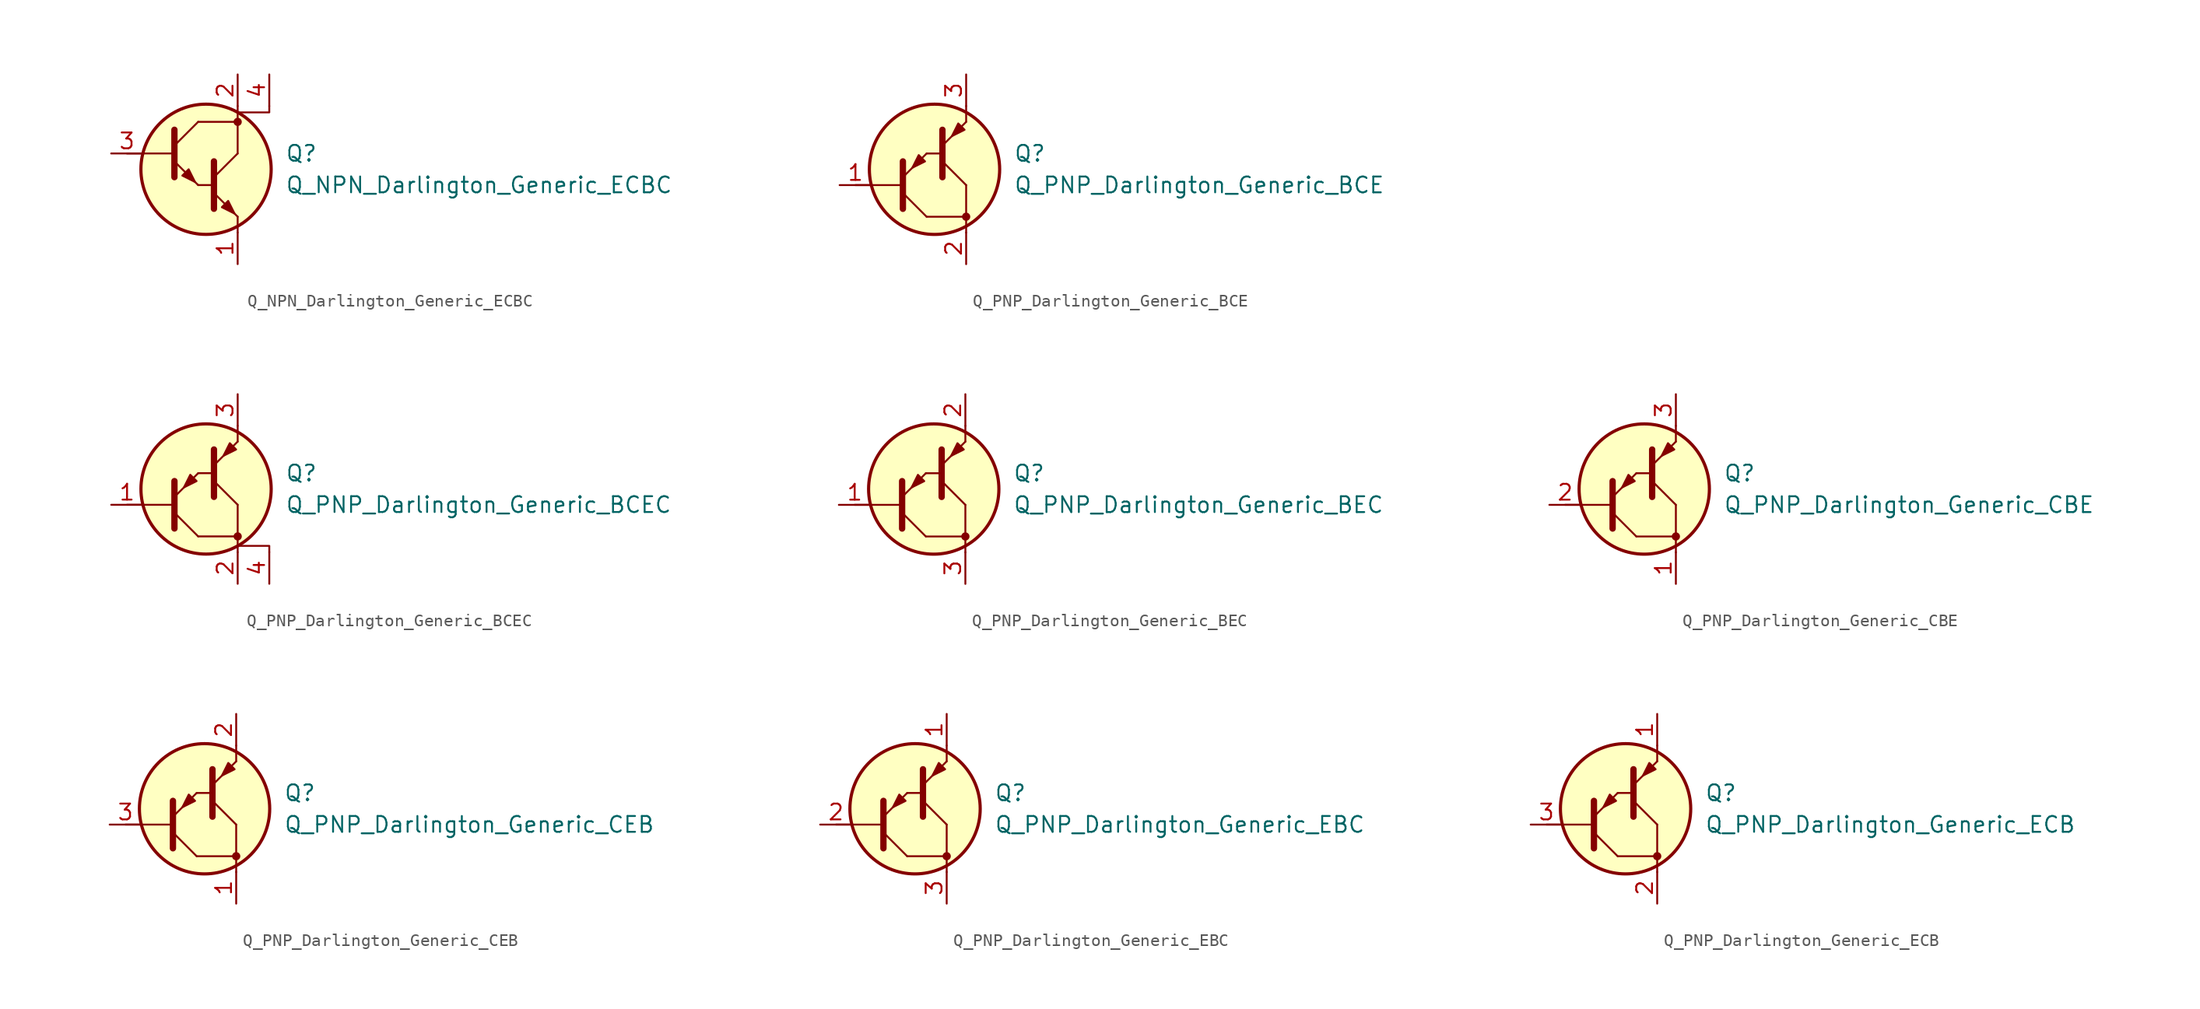
<source format=kicad_sym>
(kicad_symbol_lib
  (version 20220914)
  (generator kicad_symbol_editor)
  (symbol "Q_NPN_Darlington_Generic_ECBC"
    (pin_names hide)
    (property "Reference" "Q"
      (at 6.35 1.27 0)
      (effects (font (size 1.27 1.27)) (justify left)))
    (property "Value" "Q_NPN_Darlington_Generic_ECBC"
      (at 6.35 -1.27 0)
      (effects (font (size 1.27 1.27)) (justify left)))
    (symbol "Q_NPN_Darlington_Generic_ECBC_0_1"
      (polyline (pts (xy -6.35 1.27) (xy -2.54 1.27)) (stroke (width 0) (type default)) (fill (type none)))
      (polyline (pts (xy -0.635 -1.27) (xy 0.635 -1.27)) (stroke (width 0) (type default)) (fill (type none)))
      (polyline (pts (xy 0.635 -0.635) (xy 2.54 1.27)) (stroke (width 0) (type default)) (fill (type none)))
      (polyline (pts (xy 2.54 -5.08) (xy 2.54 -3.81)) (stroke (width 0) (type default)) (fill (type none)))
      (polyline (pts (xy 2.54 3.81) (xy 2.54 5.08)) (stroke (width 0) (type default)) (fill (type none)))
      (polyline (pts (xy -0.635 3.81) (xy 2.54 3.81) (xy 2.54 1.27)) (stroke (width 0) (type default)) (fill (type none)))
      (polyline (pts (xy 0.635 -1.905) (xy 2.54 -3.81) (xy 2.54 -3.81)) (stroke (width 0) (type default)) (fill (type none)))
      (polyline (pts (xy 0.635 0.635) (xy 0.635 -3.175) (xy 0.635 -3.175)) (stroke (width 0.508) (type default)) (fill (type none)))
      (polyline (pts (xy 2.54 4.572) (xy 5.08 4.572) (xy 5.08 5.08)) (stroke (width 0) (type default)) (fill (type none)))
      (polyline (pts (xy 1.27 -3.048) (xy 1.778 -2.54) (xy 2.286 -3.556) (xy 1.27 -3.048) (xy 1.27 -3.048)) (stroke (width 0) (type default)) (fill (type outline)))
      (circle (center 0 0) (radius 5.232) (stroke (width 0.254) (type default)) (fill (type background)))
      (circle (center 2.54 3.81) (radius 0.254) (stroke (width 0) (type default)) (fill (type outline))))
    (symbol "Q_NPN_Darlington_Generic_ECBC_1_1"
      (polyline (pts (xy -2.54 1.905) (xy -0.635 3.81)) (stroke (width 0) (type default)) (fill (type none)))
      (polyline (pts (xy -2.54 0.635) (xy -0.635 -1.27) (xy -0.635 -1.27)) (stroke (width 0) (type default)) (fill (type none)))
      (polyline (pts (xy -2.54 3.175) (xy -2.54 -0.635) (xy -2.54 -0.635)) (stroke (width 0.508) (type default)) (fill (type none)))
      (polyline (pts (xy -1.905 -0.508) (xy -1.397 0) (xy -0.889 -1.016) (xy -1.905 -0.508) (xy -1.905 -0.508)) (stroke (width 0) (type default)) (fill (type outline)))
      (pin passive line (at 2.54 -7.62 90) (length 2.54) (name "E" (effects (font (size 1.27 1.27)))) (number "1" (effects (font (size 1.27 1.27)))))
      (pin passive line (at 2.54 7.62 270) (length 2.54) (name "C" (effects (font (size 1.27 1.27)))) (number "2" (effects (font (size 1.27 1.27)))))
      (pin input line (at -7.62 1.27 0) (length 2.54) (name "B" (effects (font (size 1.27 1.27)))) (number "3" (effects (font (size 1.27 1.27)))))
      (pin passive line (at 5.08 7.62 270) (length 2.54) (name "C" (effects (font (size 1.27 1.27)))) (number "4" (effects (font (size 1.27 1.27)))))))
  (symbol "Q_PNP_Darlington_Generic_BCE"
    (pin_names hide)
    (property "Reference" "Q"
      (at 6.35 1.27 0)
      (effects (font (size 1.27 1.27)) (justify left)))
    (property "Value" "Q_PNP_Darlington_Generic_BCE"
      (at 6.35 -1.27 0)
      (effects (font (size 1.27 1.27)) (justify left)))
    (symbol "Q_PNP_Darlington_Generic_BCE_0_1"
      (polyline (pts (xy -6.35 -1.27) (xy -2.54 -1.27)) (stroke (width 0) (type default)) (fill (type none)))
      (polyline (pts (xy -0.635 1.27) (xy 0.635 1.27)) (stroke (width 0) (type default)) (fill (type none)))
      (polyline (pts (xy 0.635 0.635) (xy 2.54 -1.27)) (stroke (width 0) (type default)) (fill (type none)))
      (polyline (pts (xy 2.54 -3.81) (xy 2.54 -5.08)) (stroke (width 0) (type default)) (fill (type none)))
      (polyline (pts (xy 2.54 5.08) (xy 2.54 3.81)) (stroke (width 0) (type default)) (fill (type none)))
      (polyline (pts (xy -0.635 -3.81) (xy 2.54 -3.81) (xy 2.54 -1.27)) (stroke (width 0) (type default)) (fill (type none)))
      (polyline (pts (xy 0.635 -0.635) (xy 0.635 3.175) (xy 0.635 3.175)) (stroke (width 0.508) (type default)) (fill (type none)))
      (polyline (pts (xy 0.635 1.905) (xy 2.54 3.81) (xy 2.54 3.81)) (stroke (width 0) (type default)) (fill (type none)))
      (circle (center 0 0) (radius 5.232) (stroke (width 0.254) (type default)) (fill (type background)))
      (circle (center 2.54 -3.81) (radius 0.254) (stroke (width 0) (type default)) (fill (type outline))))
    (symbol "Q_PNP_Darlington_Generic_BCE_1_1"
      (polyline (pts (xy -2.54 -1.905) (xy -0.635 -3.81)) (stroke (width 0) (type default)) (fill (type none)))
      (polyline (pts (xy -2.54 -3.175) (xy -2.54 0.635) (xy -2.54 0.635)) (stroke (width 0.508) (type default)) (fill (type none)))
      (polyline (pts (xy -2.54 -0.635) (xy -0.635 1.27) (xy -0.635 1.27)) (stroke (width 0) (type default)) (fill (type none)))
      (polyline (pts (xy -0.762 0.635) (xy -1.27 1.143) (xy -1.778 0.127) (xy -0.762 0.635) (xy -0.762 0.635)) (stroke (width 0) (type default)) (fill (type outline)))
      (polyline (pts (xy 2.413 3.175) (xy 1.905 3.683) (xy 1.397 2.667) (xy 2.413 3.175) (xy 2.413 3.175)) (stroke (width 0) (type default)) (fill (type outline)))
      (pin input line (at -7.62 -1.27 0) (length 2.54) (name "B" (effects (font (size 1.27 1.27)))) (number "1" (effects (font (size 1.27 1.27)))))
      (pin passive line (at 2.54 -7.62 90) (length 2.54) (name "C" (effects (font (size 1.27 1.27)))) (number "2" (effects (font (size 1.27 1.27)))))
      (pin passive line (at 2.54 7.62 270) (length 2.54) (name "E" (effects (font (size 1.27 1.27)))) (number "3" (effects (font (size 1.27 1.27)))))))
  (symbol "Q_PNP_Darlington_Generic_BCEC"
    (pin_names hide)
    (property "Reference" "Q"
      (at 6.35 1.27 0)
      (effects (font (size 1.27 1.27)) (justify left)))
    (property "Value" "Q_PNP_Darlington_Generic_BCEC"
      (at 6.35 -1.27 0)
      (effects (font (size 1.27 1.27)) (justify left)))
    (symbol "Q_PNP_Darlington_Generic_BCEC_0_1"
      (polyline (pts (xy -6.35 -1.27) (xy -2.54 -1.27)) (stroke (width 0) (type default)) (fill (type none)))
      (polyline (pts (xy -0.635 1.27) (xy 0.635 1.27)) (stroke (width 0) (type default)) (fill (type none)))
      (polyline (pts (xy 0.635 0.635) (xy 2.54 -1.27)) (stroke (width 0) (type default)) (fill (type none)))
      (polyline (pts (xy 2.54 -3.81) (xy 2.54 -5.08)) (stroke (width 0) (type default)) (fill (type none)))
      (polyline (pts (xy 2.54 5.08) (xy 2.54 3.81)) (stroke (width 0) (type default)) (fill (type none)))
      (polyline (pts (xy -0.635 -3.81) (xy 2.54 -3.81) (xy 2.54 -1.27)) (stroke (width 0) (type default)) (fill (type none)))
      (polyline (pts (xy 0.635 -0.635) (xy 0.635 3.175) (xy 0.635 3.175)) (stroke (width 0.508) (type default)) (fill (type none)))
      (polyline (pts (xy 0.635 1.905) (xy 2.54 3.81) (xy 2.54 3.81)) (stroke (width 0) (type default)) (fill (type none)))
      (polyline (pts (xy 2.54 -4.572) (xy 5.08 -4.572) (xy 5.08 -5.08)) (stroke (width 0) (type default)) (fill (type none)))
      (circle (center 0 0) (radius 5.232) (stroke (width 0.254) (type default)) (fill (type background)))
      (circle (center 2.54 -3.81) (radius 0.254) (stroke (width 0) (type default)) (fill (type outline))))
    (symbol "Q_PNP_Darlington_Generic_BCEC_1_1"
      (polyline (pts (xy -2.54 -1.905) (xy -0.635 -3.81)) (stroke (width 0) (type default)) (fill (type none)))
      (polyline (pts (xy -2.54 -3.175) (xy -2.54 0.635) (xy -2.54 0.635)) (stroke (width 0.508) (type default)) (fill (type none)))
      (polyline (pts (xy -2.54 -0.635) (xy -0.635 1.27) (xy -0.635 1.27)) (stroke (width 0) (type default)) (fill (type none)))
      (polyline (pts (xy -0.762 0.635) (xy -1.27 1.143) (xy -1.778 0.127) (xy -0.762 0.635) (xy -0.762 0.635)) (stroke (width 0) (type default)) (fill (type outline)))
      (polyline (pts (xy 2.413 3.175) (xy 1.905 3.683) (xy 1.397 2.667) (xy 2.413 3.175) (xy 2.413 3.175)) (stroke (width 0) (type default)) (fill (type outline)))
      (pin input line (at -7.62 -1.27 0) (length 2.54) (name "B" (effects (font (size 1.27 1.27)))) (number "1" (effects (font (size 1.27 1.27)))))
      (pin passive line (at 2.54 -7.62 90) (length 2.54) (name "C" (effects (font (size 1.27 1.27)))) (number "2" (effects (font (size 1.27 1.27)))))
      (pin passive line (at 2.54 7.62 270) (length 2.54) (name "E" (effects (font (size 1.27 1.27)))) (number "3" (effects (font (size 1.27 1.27)))))
      (pin passive line (at 5.08 -7.62 90) (length 2.54) (name "C" (effects (font (size 1.27 1.27)))) (number "4" (effects (font (size 1.27 1.27)))))))
  (symbol "Q_PNP_Darlington_Generic_BEC"
    (pin_names hide)
    (property "Reference" "Q"
      (at 6.35 1.27 0)
      (effects (font (size 1.27 1.27)) (justify left)))
    (property "Value" "Q_PNP_Darlington_Generic_BEC"
      (at 6.35 -1.27 0)
      (effects (font (size 1.27 1.27)) (justify left)))
    (symbol "Q_PNP_Darlington_Generic_BEC_0_1"
      (polyline (pts (xy -6.35 -1.27) (xy -2.54 -1.27)) (stroke (width 0) (type default)) (fill (type none)))
      (polyline (pts (xy -0.635 1.27) (xy 0.635 1.27)) (stroke (width 0) (type default)) (fill (type none)))
      (polyline (pts (xy 0.635 0.635) (xy 2.54 -1.27)) (stroke (width 0) (type default)) (fill (type none)))
      (polyline (pts (xy 2.54 -3.81) (xy 2.54 -5.08)) (stroke (width 0) (type default)) (fill (type none)))
      (polyline (pts (xy 2.54 5.08) (xy 2.54 3.81)) (stroke (width 0) (type default)) (fill (type none)))
      (polyline (pts (xy -0.635 -3.81) (xy 2.54 -3.81) (xy 2.54 -1.27)) (stroke (width 0) (type default)) (fill (type none)))
      (polyline (pts (xy 0.635 -0.635) (xy 0.635 3.175) (xy 0.635 3.175)) (stroke (width 0.508) (type default)) (fill (type none)))
      (polyline (pts (xy 0.635 1.905) (xy 2.54 3.81) (xy 2.54 3.81)) (stroke (width 0) (type default)) (fill (type none)))
      (circle (center 0 0) (radius 5.232) (stroke (width 0.254) (type default)) (fill (type background)))
      (circle (center 2.54 -3.81) (radius 0.254) (stroke (width 0) (type default)) (fill (type outline))))
    (symbol "Q_PNP_Darlington_Generic_BEC_1_1"
      (polyline (pts (xy -2.54 -1.905) (xy -0.635 -3.81)) (stroke (width 0) (type default)) (fill (type none)))
      (polyline (pts (xy -2.54 -3.175) (xy -2.54 0.635) (xy -2.54 0.635)) (stroke (width 0.508) (type default)) (fill (type none)))
      (polyline (pts (xy -2.54 -0.635) (xy -0.635 1.27) (xy -0.635 1.27)) (stroke (width 0) (type default)) (fill (type none)))
      (polyline (pts (xy -0.762 0.635) (xy -1.27 1.143) (xy -1.778 0.127) (xy -0.762 0.635) (xy -0.762 0.635)) (stroke (width 0) (type default)) (fill (type outline)))
      (polyline (pts (xy 2.413 3.175) (xy 1.905 3.683) (xy 1.397 2.667) (xy 2.413 3.175) (xy 2.413 3.175)) (stroke (width 0) (type default)) (fill (type outline)))
      (pin input line (at -7.62 -1.27 0) (length 2.54) (name "B" (effects (font (size 1.27 1.27)))) (number "1" (effects (font (size 1.27 1.27)))))
      (pin passive line (at 2.54 7.62 270) (length 2.54) (name "E" (effects (font (size 1.27 1.27)))) (number "2" (effects (font (size 1.27 1.27)))))
      (pin passive line (at 2.54 -7.62 90) (length 2.54) (name "C" (effects (font (size 1.27 1.27)))) (number "3" (effects (font (size 1.27 1.27)))))))
  (symbol "Q_PNP_Darlington_Generic_CBE"
    (pin_names hide)
    (property "Reference" "Q"
      (at 6.35 1.27 0)
      (effects (font (size 1.27 1.27)) (justify left)))
    (property "Value" "Q_PNP_Darlington_Generic_CBE"
      (at 6.35 -1.27 0)
      (effects (font (size 1.27 1.27)) (justify left)))
    (symbol "Q_PNP_Darlington_Generic_CBE_0_1"
      (polyline (pts (xy -6.35 -1.27) (xy -2.54 -1.27)) (stroke (width 0) (type default)) (fill (type none)))
      (polyline (pts (xy -0.635 1.27) (xy 0.635 1.27)) (stroke (width 0) (type default)) (fill (type none)))
      (polyline (pts (xy 0.635 0.635) (xy 2.54 -1.27)) (stroke (width 0) (type default)) (fill (type none)))
      (polyline (pts (xy 2.54 -3.81) (xy 2.54 -5.08)) (stroke (width 0) (type default)) (fill (type none)))
      (polyline (pts (xy 2.54 5.08) (xy 2.54 3.81)) (stroke (width 0) (type default)) (fill (type none)))
      (polyline (pts (xy -0.635 -3.81) (xy 2.54 -3.81) (xy 2.54 -1.27)) (stroke (width 0) (type default)) (fill (type none)))
      (polyline (pts (xy 0.635 -0.635) (xy 0.635 3.175) (xy 0.635 3.175)) (stroke (width 0.508) (type default)) (fill (type none)))
      (polyline (pts (xy 0.635 1.905) (xy 2.54 3.81) (xy 2.54 3.81)) (stroke (width 0) (type default)) (fill (type none)))
      (circle (center 0 0) (radius 5.232) (stroke (width 0.254) (type default)) (fill (type background)))
      (circle (center 2.54 -3.81) (radius 0.254) (stroke (width 0) (type default)) (fill (type outline))))
    (symbol "Q_PNP_Darlington_Generic_CBE_1_1"
      (polyline (pts (xy -2.54 -1.905) (xy -0.635 -3.81)) (stroke (width 0) (type default)) (fill (type none)))
      (polyline (pts (xy -2.54 -3.175) (xy -2.54 0.635) (xy -2.54 0.635)) (stroke (width 0.508) (type default)) (fill (type none)))
      (polyline (pts (xy -2.54 -0.635) (xy -0.635 1.27) (xy -0.635 1.27)) (stroke (width 0) (type default)) (fill (type none)))
      (polyline (pts (xy -0.762 0.635) (xy -1.27 1.143) (xy -1.778 0.127) (xy -0.762 0.635) (xy -0.762 0.635)) (stroke (width 0) (type default)) (fill (type outline)))
      (polyline (pts (xy 2.413 3.175) (xy 1.905 3.683) (xy 1.397 2.667) (xy 2.413 3.175) (xy 2.413 3.175)) (stroke (width 0) (type default)) (fill (type outline)))
      (pin passive line (at 2.54 -7.62 90) (length 2.54) (name "C" (effects (font (size 1.27 1.27)))) (number "1" (effects (font (size 1.27 1.27)))))
      (pin input line (at -7.62 -1.27 0) (length 2.54) (name "B" (effects (font (size 1.27 1.27)))) (number "2" (effects (font (size 1.27 1.27)))))
      (pin passive line (at 2.54 7.62 270) (length 2.54) (name "E" (effects (font (size 1.27 1.27)))) (number "3" (effects (font (size 1.27 1.27)))))))
  (symbol "Q_PNP_Darlington_Generic_CEB"
    (pin_names hide)
    (property "Reference" "Q"
      (at 6.35 1.27 0)
      (effects (font (size 1.27 1.27)) (justify left)))
    (property "Value" "Q_PNP_Darlington_Generic_CEB"
      (at 6.35 -1.27 0)
      (effects (font (size 1.27 1.27)) (justify left)))
    (symbol "Q_PNP_Darlington_Generic_CEB_0_1"
      (polyline (pts (xy -6.35 -1.27) (xy -2.54 -1.27)) (stroke (width 0) (type default)) (fill (type none)))
      (polyline (pts (xy -0.635 1.27) (xy 0.635 1.27)) (stroke (width 0) (type default)) (fill (type none)))
      (polyline (pts (xy 0.635 0.635) (xy 2.54 -1.27)) (stroke (width 0) (type default)) (fill (type none)))
      (polyline (pts (xy 2.54 -3.81) (xy 2.54 -5.08)) (stroke (width 0) (type default)) (fill (type none)))
      (polyline (pts (xy 2.54 5.08) (xy 2.54 3.81)) (stroke (width 0) (type default)) (fill (type none)))
      (polyline (pts (xy -0.635 -3.81) (xy 2.54 -3.81) (xy 2.54 -1.27)) (stroke (width 0) (type default)) (fill (type none)))
      (polyline (pts (xy 0.635 -0.635) (xy 0.635 3.175) (xy 0.635 3.175)) (stroke (width 0.508) (type default)) (fill (type none)))
      (polyline (pts (xy 0.635 1.905) (xy 2.54 3.81) (xy 2.54 3.81)) (stroke (width 0) (type default)) (fill (type none)))
      (circle (center 0 0) (radius 5.232) (stroke (width 0.254) (type default)) (fill (type background)))
      (circle (center 2.54 -3.81) (radius 0.254) (stroke (width 0) (type default)) (fill (type outline))))
    (symbol "Q_PNP_Darlington_Generic_CEB_1_1"
      (polyline (pts (xy -2.54 -1.905) (xy -0.635 -3.81)) (stroke (width 0) (type default)) (fill (type none)))
      (polyline (pts (xy -2.54 -3.175) (xy -2.54 0.635) (xy -2.54 0.635)) (stroke (width 0.508) (type default)) (fill (type none)))
      (polyline (pts (xy -2.54 -0.635) (xy -0.635 1.27) (xy -0.635 1.27)) (stroke (width 0) (type default)) (fill (type none)))
      (polyline (pts (xy -0.762 0.635) (xy -1.27 1.143) (xy -1.778 0.127) (xy -0.762 0.635) (xy -0.762 0.635)) (stroke (width 0) (type default)) (fill (type outline)))
      (polyline (pts (xy 2.413 3.175) (xy 1.905 3.683) (xy 1.397 2.667) (xy 2.413 3.175) (xy 2.413 3.175)) (stroke (width 0) (type default)) (fill (type outline)))
      (pin passive line (at 2.54 -7.62 90) (length 2.54) (name "C" (effects (font (size 1.27 1.27)))) (number "1" (effects (font (size 1.27 1.27)))))
      (pin passive line (at 2.54 7.62 270) (length 2.54) (name "E" (effects (font (size 1.27 1.27)))) (number "2" (effects (font (size 1.27 1.27)))))
      (pin input line (at -7.62 -1.27 0) (length 2.54) (name "B" (effects (font (size 1.27 1.27)))) (number "3" (effects (font (size 1.27 1.27)))))))
  (symbol "Q_PNP_Darlington_Generic_EBC"
    (pin_names hide)
    (property "Reference" "Q"
      (at 6.35 1.27 0)
      (effects (font (size 1.27 1.27)) (justify left)))
    (property "Value" "Q_PNP_Darlington_Generic_EBC"
      (at 6.35 -1.27 0)
      (effects (font (size 1.27 1.27)) (justify left)))
    (symbol "Q_PNP_Darlington_Generic_EBC_0_1"
      (polyline (pts (xy -6.35 -1.27) (xy -2.54 -1.27)) (stroke (width 0) (type default)) (fill (type none)))
      (polyline (pts (xy -0.635 1.27) (xy 0.635 1.27)) (stroke (width 0) (type default)) (fill (type none)))
      (polyline (pts (xy 0.635 0.635) (xy 2.54 -1.27)) (stroke (width 0) (type default)) (fill (type none)))
      (polyline (pts (xy 2.54 -3.81) (xy 2.54 -5.08)) (stroke (width 0) (type default)) (fill (type none)))
      (polyline (pts (xy 2.54 5.08) (xy 2.54 3.81)) (stroke (width 0) (type default)) (fill (type none)))
      (polyline (pts (xy -0.635 -3.81) (xy 2.54 -3.81) (xy 2.54 -1.27)) (stroke (width 0) (type default)) (fill (type none)))
      (polyline (pts (xy 0.635 -0.635) (xy 0.635 3.175) (xy 0.635 3.175)) (stroke (width 0.508) (type default)) (fill (type none)))
      (polyline (pts (xy 0.635 1.905) (xy 2.54 3.81) (xy 2.54 3.81)) (stroke (width 0) (type default)) (fill (type none)))
      (circle (center 0 0) (radius 5.232) (stroke (width 0.254) (type default)) (fill (type background)))
      (circle (center 2.54 -3.81) (radius 0.254) (stroke (width 0) (type default)) (fill (type outline))))
    (symbol "Q_PNP_Darlington_Generic_EBC_1_1"
      (polyline (pts (xy -2.54 -1.905) (xy -0.635 -3.81)) (stroke (width 0) (type default)) (fill (type none)))
      (polyline (pts (xy -2.54 -3.175) (xy -2.54 0.635) (xy -2.54 0.635)) (stroke (width 0.508) (type default)) (fill (type none)))
      (polyline (pts (xy -2.54 -0.635) (xy -0.635 1.27) (xy -0.635 1.27)) (stroke (width 0) (type default)) (fill (type none)))
      (polyline (pts (xy -0.762 0.635) (xy -1.27 1.143) (xy -1.778 0.127) (xy -0.762 0.635) (xy -0.762 0.635)) (stroke (width 0) (type default)) (fill (type outline)))
      (polyline (pts (xy 2.413 3.175) (xy 1.905 3.683) (xy 1.397 2.667) (xy 2.413 3.175) (xy 2.413 3.175)) (stroke (width 0) (type default)) (fill (type outline)))
      (pin passive line (at 2.54 7.62 270) (length 2.54) (name "E" (effects (font (size 1.27 1.27)))) (number "1" (effects (font (size 1.27 1.27)))))
      (pin input line (at -7.62 -1.27 0) (length 2.54) (name "B" (effects (font (size 1.27 1.27)))) (number "2" (effects (font (size 1.27 1.27)))))
      (pin passive line (at 2.54 -7.62 90) (length 2.54) (name "C" (effects (font (size 1.27 1.27)))) (number "3" (effects (font (size 1.27 1.27)))))))
  (symbol "Q_PNP_Darlington_Generic_ECB"
    (pin_names hide)
    (property "Reference" "Q"
      (at 6.35 1.27 0)
      (effects (font (size 1.27 1.27)) (justify left)))
    (property "Value" "Q_PNP_Darlington_Generic_ECB"
      (at 6.35 -1.27 0)
      (effects (font (size 1.27 1.27)) (justify left)))
    (symbol "Q_PNP_Darlington_Generic_ECB_0_1"
      (polyline (pts (xy -6.35 -1.27) (xy -2.54 -1.27)) (stroke (width 0) (type default)) (fill (type none)))
      (polyline (pts (xy -0.635 1.27) (xy 0.635 1.27)) (stroke (width 0) (type default)) (fill (type none)))
      (polyline (pts (xy 0.635 0.635) (xy 2.54 -1.27)) (stroke (width 0) (type default)) (fill (type none)))
      (polyline (pts (xy 2.54 -3.81) (xy 2.54 -5.08)) (stroke (width 0) (type default)) (fill (type none)))
      (polyline (pts (xy 2.54 5.08) (xy 2.54 3.81)) (stroke (width 0) (type default)) (fill (type none)))
      (polyline (pts (xy -0.635 -3.81) (xy 2.54 -3.81) (xy 2.54 -1.27)) (stroke (width 0) (type default)) (fill (type none)))
      (polyline (pts (xy 0.635 -0.635) (xy 0.635 3.175) (xy 0.635 3.175)) (stroke (width 0.508) (type default)) (fill (type none)))
      (polyline (pts (xy 0.635 1.905) (xy 2.54 3.81) (xy 2.54 3.81)) (stroke (width 0) (type default)) (fill (type none)))
      (circle (center 0 0) (radius 5.232) (stroke (width 0.254) (type default)) (fill (type background)))
      (circle (center 2.54 -3.81) (radius 0.254) (stroke (width 0) (type default)) (fill (type outline))))
    (symbol "Q_PNP_Darlington_Generic_ECB_1_1"
      (polyline (pts (xy -2.54 -1.905) (xy -0.635 -3.81)) (stroke (width 0) (type default)) (fill (type none)))
      (polyline (pts (xy -2.54 -3.175) (xy -2.54 0.635) (xy -2.54 0.635)) (stroke (width 0.508) (type default)) (fill (type none)))
      (polyline (pts (xy -2.54 -0.635) (xy -0.635 1.27) (xy -0.635 1.27)) (stroke (width 0) (type default)) (fill (type none)))
      (polyline (pts (xy -0.762 0.635) (xy -1.27 1.143) (xy -1.778 0.127) (xy -0.762 0.635) (xy -0.762 0.635)) (stroke (width 0) (type default)) (fill (type outline)))
      (polyline (pts (xy 2.413 3.175) (xy 1.905 3.683) (xy 1.397 2.667) (xy 2.413 3.175) (xy 2.413 3.175)) (stroke (width 0) (type default)) (fill (type outline)))
      (pin passive line (at 2.54 7.62 270) (length 2.54) (name "E" (effects (font (size 1.27 1.27)))) (number "1" (effects (font (size 1.27 1.27)))))
      (pin passive line (at 2.54 -7.62 90) (length 2.54) (name "C" (effects (font (size 1.27 1.27)))) (number "2" (effects (font (size 1.27 1.27)))))
      (pin input line (at -7.62 -1.27 0) (length 2.54) (name "B" (effects (font (size 1.27 1.27)))) (number "3" (effects (font (size 1.27 1.27))))))))
</source>
